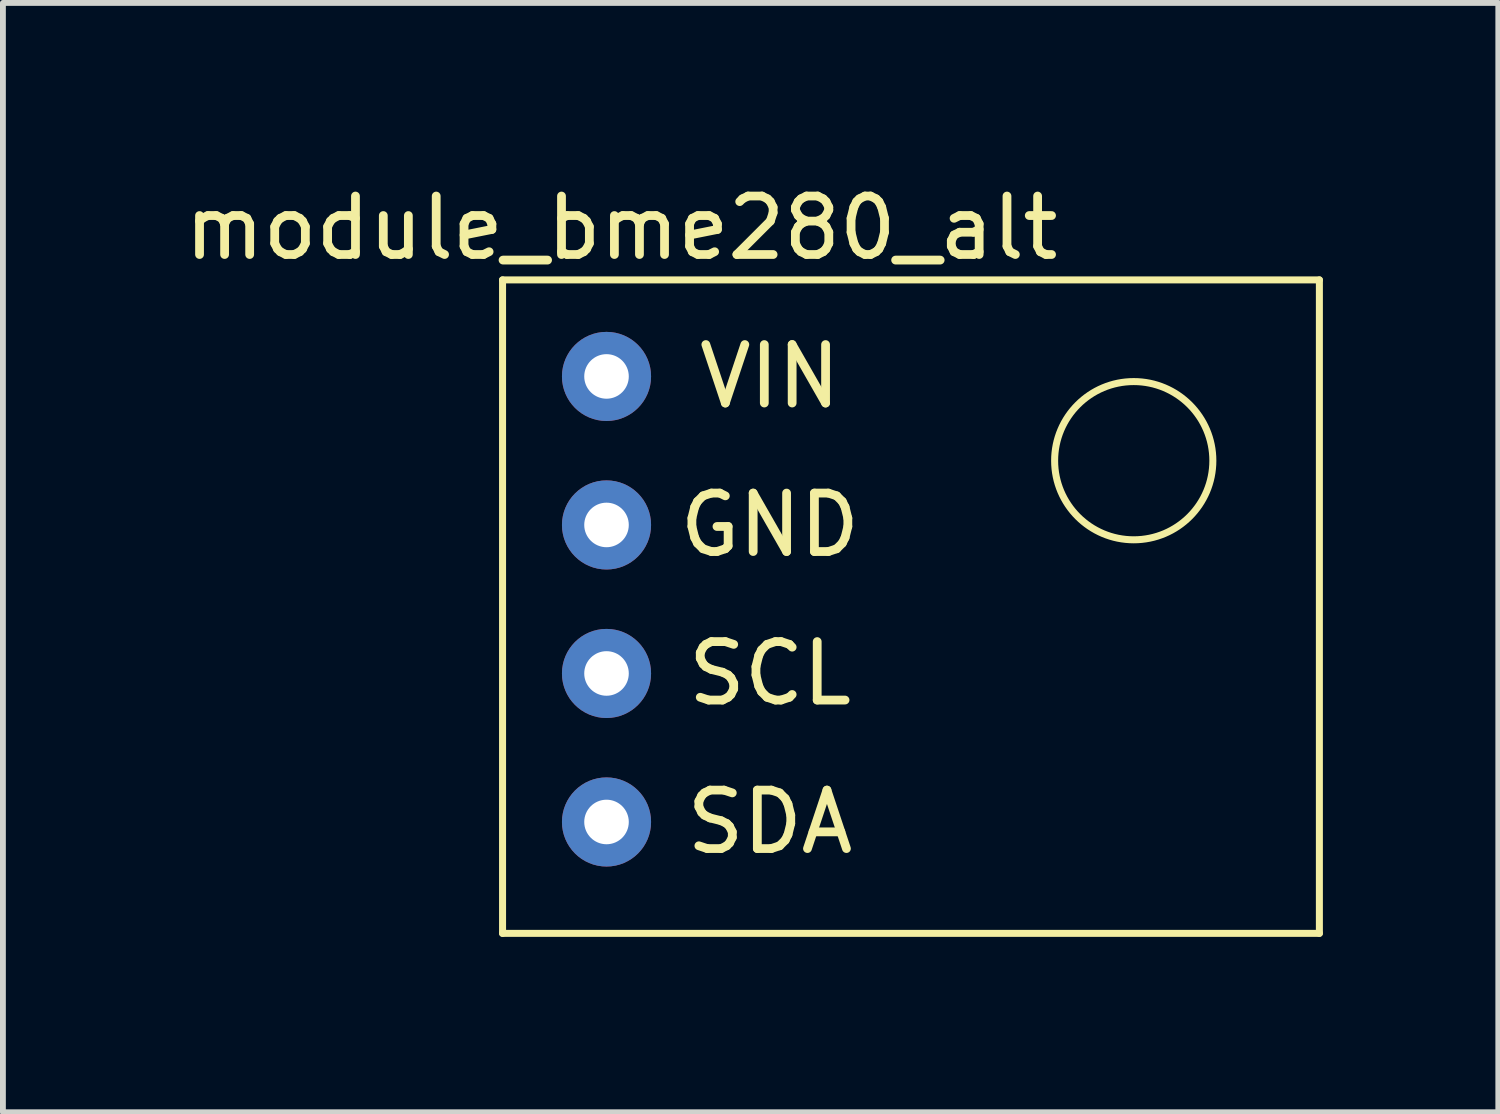
<source format=kicad_pcb>
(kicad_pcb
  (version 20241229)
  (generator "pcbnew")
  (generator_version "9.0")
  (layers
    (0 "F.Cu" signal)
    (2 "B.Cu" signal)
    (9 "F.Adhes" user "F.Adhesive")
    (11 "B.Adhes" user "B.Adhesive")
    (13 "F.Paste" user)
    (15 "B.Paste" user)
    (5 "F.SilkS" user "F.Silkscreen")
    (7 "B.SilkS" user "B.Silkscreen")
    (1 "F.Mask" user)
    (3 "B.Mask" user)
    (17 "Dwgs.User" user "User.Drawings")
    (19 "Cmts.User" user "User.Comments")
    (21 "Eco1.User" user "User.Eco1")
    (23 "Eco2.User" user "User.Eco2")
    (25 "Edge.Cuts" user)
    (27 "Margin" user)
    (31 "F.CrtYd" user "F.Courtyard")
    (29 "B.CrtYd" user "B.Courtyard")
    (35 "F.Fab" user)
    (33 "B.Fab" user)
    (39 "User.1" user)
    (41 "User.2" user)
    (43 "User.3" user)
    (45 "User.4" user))
  (footprint "module_bme280_alt"
    (layer "F.Cu")
    (at 7.323 11.008)
    (property "Reference" "module_bme280_alt" (at 0.254 -10.16 0) (layer "F.SilkS") (effects (font (size 1 1) (thickness 0.15))))
    (attr through_hole)
    (fp_line (start -1.778 -9.271) (end 12.192 -9.271) (stroke (width 0.12) (type solid)) (layer "F.SilkS"))
    (fp_line (start -1.778 1.905) (end -1.778 -9.271) (stroke (width 0.12) (type solid)) (layer "F.SilkS"))
    (fp_line (start 12.192 -9.271) (end 12.192 1.905) (stroke (width 0.12) (type solid)) (layer "F.SilkS"))
    (fp_line (start 12.192 1.905) (end -1.778 1.905) (stroke (width 0.12) (type solid)) (layer "F.SilkS"))
    (fp_circle (center 9.017 -6.179) (end 9.779 -5.061) (stroke (width 0.12) (type solid)) (fill no) (layer "F.SilkS"))
    (fp_text user "GND" (at 2.794 -5.08 0) (layer "F.SilkS") (effects (font (size 1 1) (thickness 0.15))))
    (fp_text user "SCL" (at 2.794 -2.54 0) (layer "F.SilkS") (effects (font (size 1 1) (thickness 0.15))))
    (fp_text user "SDA" (at 2.794 0 0) (layer "F.SilkS") (effects (font (size 1 1) (thickness 0.15))))
    (fp_text user "VIN" (at 2.794 -7.62 0) (layer "F.SilkS") (effects (font (size 1 1) (thickness 0.15))))
    (pad "1" thru_hole circle (at 0 -7.62) (size 1.524 1.524) (drill 0.762) (layers "*.Cu" "*.Mask"))
    (pad "2" thru_hole circle (at 0 -5.08) (size 1.524 1.524) (drill 0.762) (layers "*.Cu" "*.Mask"))
    (pad "3" thru_hole circle (at 0 -2.54) (size 1.524 1.524) (drill 0.762) (layers "*.Cu" "*.Mask"))
    (pad "4" thru_hole circle (at 0 0) (size 1.524 1.524) (drill 0.762) (layers "*.Cu" "*.Mask")))
  (gr_rect
    (start -3 -3)
    (end 22.575 15.973)
    (stroke (width 0.1) (type default))
    (fill no)
    (layer "Edge.Cuts")))
</source>
